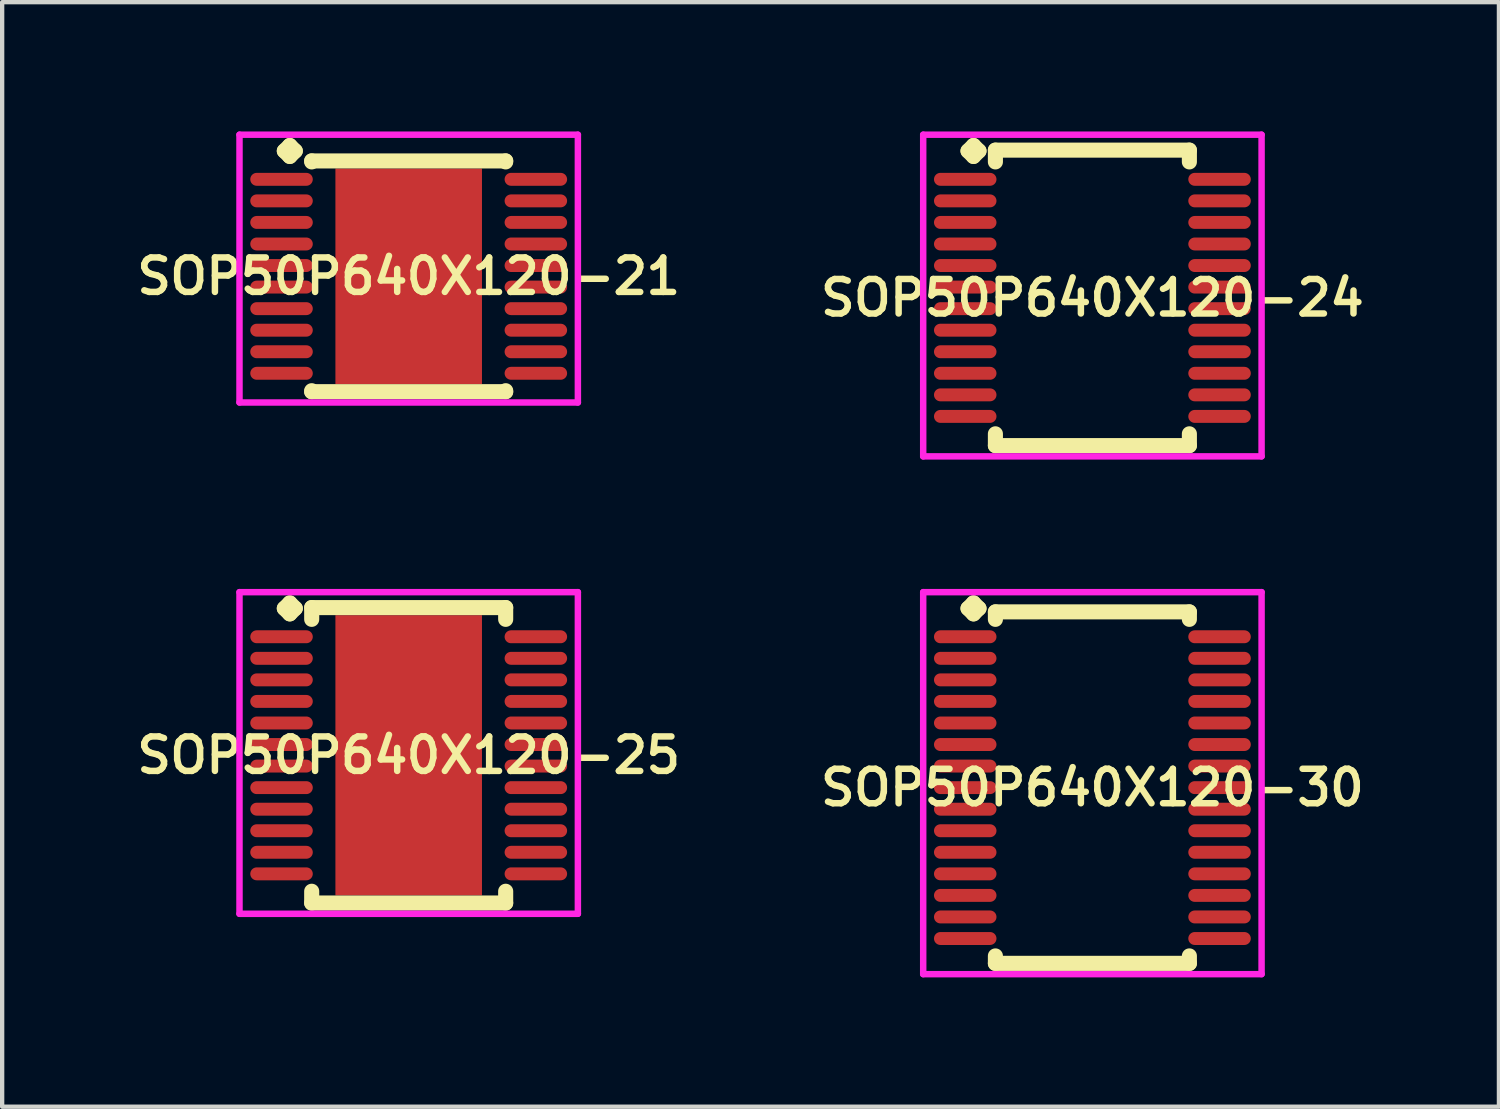
<source format=kicad_pcb>
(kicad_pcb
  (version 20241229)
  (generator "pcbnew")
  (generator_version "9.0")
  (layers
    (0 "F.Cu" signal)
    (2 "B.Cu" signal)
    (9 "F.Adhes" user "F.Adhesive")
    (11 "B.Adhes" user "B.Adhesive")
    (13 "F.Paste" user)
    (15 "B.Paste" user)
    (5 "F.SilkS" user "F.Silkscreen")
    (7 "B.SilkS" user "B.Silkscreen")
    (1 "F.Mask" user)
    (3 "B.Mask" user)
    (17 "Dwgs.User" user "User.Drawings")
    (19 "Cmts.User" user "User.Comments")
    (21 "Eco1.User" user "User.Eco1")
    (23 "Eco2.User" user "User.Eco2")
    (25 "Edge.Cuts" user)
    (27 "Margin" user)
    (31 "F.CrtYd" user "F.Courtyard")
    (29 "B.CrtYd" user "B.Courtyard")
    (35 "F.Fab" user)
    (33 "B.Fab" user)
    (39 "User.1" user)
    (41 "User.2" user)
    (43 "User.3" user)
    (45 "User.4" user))
  (footprint "SOP50P640X120-25"
    (layer "F.Cu")
    (at 6.431 14.472)
    (property "Reference" "SOP50P640X120-25" (at 0 0 0) (layer "F.SilkS") (effects (font (size 0.8 0.8) (thickness 0.15))))
    (attr smd)
    (fp_line (start -2.885 -3.408) (end -2.758 -3.535) (stroke (width 0.35) (type solid)) (layer "F.SilkS"))
    (fp_line (start -2.758 -3.535) (end -2.631 -3.408) (stroke (width 0.35) (type solid)) (layer "F.SilkS"))
    (fp_line (start -2.758 -3.281) (end -2.885 -3.408) (stroke (width 0.35) (type solid)) (layer "F.SilkS"))
    (fp_line (start -2.631 -3.408) (end -2.758 -3.281) (stroke (width 0.35) (type solid)) (layer "F.SilkS"))
    (fp_line (start -2.25 -3.427) (end 2.25 -3.427) (stroke (width 0.35) (type solid)) (layer "F.SilkS"))
    (fp_line (start -2.25 -3.154) (end -2.25 -3.427) (stroke (width 0.35) (type solid)) (layer "F.SilkS"))
    (fp_line (start -2.25 3.154) (end -2.25 3.427) (stroke (width 0.35) (type solid)) (layer "F.SilkS"))
    (fp_line (start -2.25 3.427) (end 2.25 3.427) (stroke (width 0.35) (type solid)) (layer "F.SilkS"))
    (fp_line (start 2.25 -3.427) (end 2.25 -3.154) (stroke (width 0.35) (type solid)) (layer "F.SilkS"))
    (fp_line (start 2.25 3.427) (end 2.25 3.154) (stroke (width 0.35) (type solid)) (layer "F.SilkS"))
    (fp_line (start -3.925 -3.785) (end 3.925 -3.785) (stroke (width 0.15) (type solid)) (layer "F.CrtYd"))
    (fp_line (start -3.925 3.677) (end -3.925 -3.785) (stroke (width 0.15) (type solid)) (layer "F.CrtYd"))
    (fp_line (start 3.925 -3.785) (end 3.925 3.677) (stroke (width 0.15) (type solid)) (layer "F.CrtYd"))
    (fp_line (start 3.925 3.677) (end -3.925 3.677) (stroke (width 0.15) (type solid)) (layer "F.CrtYd"))
    (pad "1" smd oval (at -2.95 -2.75) (size 1.45 0.3) (layers "F.Cu" "F.Mask" "F.Paste"))
    (pad "2" smd oval (at -2.95 -2.25) (size 1.45 0.3) (layers "F.Cu" "F.Mask" "F.Paste"))
    (pad "3" smd oval (at -2.95 -1.75) (size 1.45 0.3) (layers "F.Cu" "F.Mask" "F.Paste"))
    (pad "4" smd oval (at -2.95 -1.25) (size 1.45 0.3) (layers "F.Cu" "F.Mask" "F.Paste"))
    (pad "5" smd oval (at -2.95 -0.75) (size 1.45 0.3) (layers "F.Cu" "F.Mask" "F.Paste"))
    (pad "6" smd oval (at -2.95 -0.25) (size 1.45 0.3) (layers "F.Cu" "F.Mask" "F.Paste"))
    (pad "7" smd oval (at -2.95 0.25) (size 1.45 0.3) (layers "F.Cu" "F.Mask" "F.Paste"))
    (pad "8" smd oval (at -2.95 0.75) (size 1.45 0.3) (layers "F.Cu" "F.Mask" "F.Paste"))
    (pad "9" smd oval (at -2.95 1.25) (size 1.45 0.3) (layers "F.Cu" "F.Mask" "F.Paste"))
    (pad "10" smd oval (at -2.95 1.75) (size 1.45 0.3) (layers "F.Cu" "F.Mask" "F.Paste"))
    (pad "11" smd oval (at -2.95 2.25) (size 1.45 0.3) (layers "F.Cu" "F.Mask" "F.Paste"))
    (pad "12" smd oval (at -2.95 2.75) (size 1.45 0.3) (layers "F.Cu" "F.Mask" "F.Paste"))
    (pad "13" smd oval (at 2.95 2.75) (size 1.45 0.3) (layers "F.Cu" "F.Mask" "F.Paste"))
    (pad "14" smd oval (at 2.95 2.25) (size 1.45 0.3) (layers "F.Cu" "F.Mask" "F.Paste"))
    (pad "15" smd oval (at 2.95 1.75) (size 1.45 0.3) (layers "F.Cu" "F.Mask" "F.Paste"))
    (pad "16" smd oval (at 2.95 1.25) (size 1.45 0.3) (layers "F.Cu" "F.Mask" "F.Paste"))
    (pad "17" smd oval (at 2.95 0.75) (size 1.45 0.3) (layers "F.Cu" "F.Mask" "F.Paste"))
    (pad "18" smd oval (at 2.95 0.25) (size 1.45 0.3) (layers "F.Cu" "F.Mask" "F.Paste"))
    (pad "19" smd oval (at 2.95 -0.25) (size 1.45 0.3) (layers "F.Cu" "F.Mask" "F.Paste"))
    (pad "20" smd oval (at 2.95 -0.75) (size 1.45 0.3) (layers "F.Cu" "F.Mask" "F.Paste"))
    (pad "21" smd oval (at 2.95 -1.25) (size 1.45 0.3) (layers "F.Cu" "F.Mask" "F.Paste"))
    (pad "22" smd oval (at 2.95 -1.75) (size 1.45 0.3) (layers "F.Cu" "F.Mask" "F.Paste"))
    (pad "23" smd oval (at 2.95 -2.25) (size 1.45 0.3) (layers "F.Cu" "F.Mask" "F.Paste"))
    (pad "24" smd oval (at 2.95 -2.75) (size 1.45 0.3) (layers "F.Cu" "F.Mask" "F.Paste"))
    (pad "25" smd rect (at 0 0) (size 3.4 6.5) (layers "F.Cu" "F.Mask" "F.Paste")))
  (footprint "SOP50P640X120-24"
    (layer "F.Cu")
    (at 22.292 3.86)
    (property "Reference" "SOP50P640X120-24" (at 0 0 0) (layer "F.SilkS") (effects (font (size 0.8 0.8) (thickness 0.15))))
    (attr smd)
    (fp_line (start -2.885 -3.408) (end -2.758 -3.535) (stroke (width 0.35) (type solid)) (layer "F.SilkS"))
    (fp_line (start -2.758 -3.535) (end -2.631 -3.408) (stroke (width 0.35) (type solid)) (layer "F.SilkS"))
    (fp_line (start -2.758 -3.281) (end -2.885 -3.408) (stroke (width 0.35) (type solid)) (layer "F.SilkS"))
    (fp_line (start -2.631 -3.408) (end -2.758 -3.281) (stroke (width 0.35) (type solid)) (layer "F.SilkS"))
    (fp_line (start -2.25 -3.427) (end 2.25 -3.427) (stroke (width 0.35) (type solid)) (layer "F.SilkS"))
    (fp_line (start -2.25 -3.154) (end -2.25 -3.427) (stroke (width 0.35) (type solid)) (layer "F.SilkS"))
    (fp_line (start -2.25 3.154) (end -2.25 3.427) (stroke (width 0.35) (type solid)) (layer "F.SilkS"))
    (fp_line (start -2.25 3.427) (end 2.25 3.427) (stroke (width 0.35) (type solid)) (layer "F.SilkS"))
    (fp_line (start 2.25 -3.427) (end 2.25 -3.154) (stroke (width 0.35) (type solid)) (layer "F.SilkS"))
    (fp_line (start 2.25 3.427) (end 2.25 3.154) (stroke (width 0.35) (type solid)) (layer "F.SilkS"))
    (fp_line (start -3.925 -3.785) (end 3.925 -3.785) (stroke (width 0.15) (type solid)) (layer "F.CrtYd"))
    (fp_line (start -3.925 3.677) (end -3.925 -3.785) (stroke (width 0.15) (type solid)) (layer "F.CrtYd"))
    (fp_line (start 3.925 -3.785) (end 3.925 3.677) (stroke (width 0.15) (type solid)) (layer "F.CrtYd"))
    (fp_line (start 3.925 3.677) (end -3.925 3.677) (stroke (width 0.15) (type solid)) (layer "F.CrtYd"))
    (pad "1" smd oval (at -2.95 -2.75) (size 1.45 0.3) (layers "F.Cu" "F.Mask" "F.Paste"))
    (pad "2" smd oval (at -2.95 -2.25) (size 1.45 0.3) (layers "F.Cu" "F.Mask" "F.Paste"))
    (pad "3" smd oval (at -2.95 -1.75) (size 1.45 0.3) (layers "F.Cu" "F.Mask" "F.Paste"))
    (pad "4" smd oval (at -2.95 -1.25) (size 1.45 0.3) (layers "F.Cu" "F.Mask" "F.Paste"))
    (pad "5" smd oval (at -2.95 -0.75) (size 1.45 0.3) (layers "F.Cu" "F.Mask" "F.Paste"))
    (pad "6" smd oval (at -2.95 -0.25) (size 1.45 0.3) (layers "F.Cu" "F.Mask" "F.Paste"))
    (pad "7" smd oval (at -2.95 0.25) (size 1.45 0.3) (layers "F.Cu" "F.Mask" "F.Paste"))
    (pad "8" smd oval (at -2.95 0.75) (size 1.45 0.3) (layers "F.Cu" "F.Mask" "F.Paste"))
    (pad "9" smd oval (at -2.95 1.25) (size 1.45 0.3) (layers "F.Cu" "F.Mask" "F.Paste"))
    (pad "10" smd oval (at -2.95 1.75) (size 1.45 0.3) (layers "F.Cu" "F.Mask" "F.Paste"))
    (pad "11" smd oval (at -2.95 2.25) (size 1.45 0.3) (layers "F.Cu" "F.Mask" "F.Paste"))
    (pad "12" smd oval (at -2.95 2.75) (size 1.45 0.3) (layers "F.Cu" "F.Mask" "F.Paste"))
    (pad "13" smd oval (at 2.95 2.75) (size 1.45 0.3) (layers "F.Cu" "F.Mask" "F.Paste"))
    (pad "14" smd oval (at 2.95 2.25) (size 1.45 0.3) (layers "F.Cu" "F.Mask" "F.Paste"))
    (pad "15" smd oval (at 2.95 1.75) (size 1.45 0.3) (layers "F.Cu" "F.Mask" "F.Paste"))
    (pad "16" smd oval (at 2.95 1.25) (size 1.45 0.3) (layers "F.Cu" "F.Mask" "F.Paste"))
    (pad "17" smd oval (at 2.95 0.75) (size 1.45 0.3) (layers "F.Cu" "F.Mask" "F.Paste"))
    (pad "18" smd oval (at 2.95 0.25) (size 1.45 0.3) (layers "F.Cu" "F.Mask" "F.Paste"))
    (pad "19" smd oval (at 2.95 -0.25) (size 1.45 0.3) (layers "F.Cu" "F.Mask" "F.Paste"))
    (pad "20" smd oval (at 2.95 -0.75) (size 1.45 0.3) (layers "F.Cu" "F.Mask" "F.Paste"))
    (pad "21" smd oval (at 2.95 -1.25) (size 1.45 0.3) (layers "F.Cu" "F.Mask" "F.Paste"))
    (pad "22" smd oval (at 2.95 -1.75) (size 1.45 0.3) (layers "F.Cu" "F.Mask" "F.Paste"))
    (pad "23" smd oval (at 2.95 -2.25) (size 1.45 0.3) (layers "F.Cu" "F.Mask" "F.Paste"))
    (pad "24" smd oval (at 2.95 -2.75) (size 1.45 0.3) (layers "F.Cu" "F.Mask" "F.Paste")))
  (footprint "SOP50P640X120-30"
    (layer "F.Cu")
    (at 22.292 15.222)
    (property "Reference" "SOP50P640X120-30" (at 0 0 0) (layer "F.SilkS") (effects (font (size 0.8 0.8) (thickness 0.15))))
    (attr smd)
    (fp_line (start -2.885 -4.158) (end -2.758 -4.285) (stroke (width 0.35) (type solid)) (layer "F.SilkS"))
    (fp_line (start -2.758 -4.285) (end -2.631 -4.158) (stroke (width 0.35) (type solid)) (layer "F.SilkS"))
    (fp_line (start -2.758 -4.031) (end -2.885 -4.158) (stroke (width 0.35) (type solid)) (layer "F.SilkS"))
    (fp_line (start -2.631 -4.158) (end -2.758 -4.031) (stroke (width 0.35) (type solid)) (layer "F.SilkS"))
    (fp_line (start -2.25 -4.077) (end 2.25 -4.077) (stroke (width 0.35) (type solid)) (layer "F.SilkS"))
    (fp_line (start -2.25 -3.904) (end -2.25 -4.077) (stroke (width 0.35) (type solid)) (layer "F.SilkS"))
    (fp_line (start -2.25 3.904) (end -2.25 4.077) (stroke (width 0.35) (type solid)) (layer "F.SilkS"))
    (fp_line (start -2.25 4.077) (end 2.25 4.077) (stroke (width 0.35) (type solid)) (layer "F.SilkS"))
    (fp_line (start 2.25 -4.077) (end 2.25 -3.904) (stroke (width 0.35) (type solid)) (layer "F.SilkS"))
    (fp_line (start 2.25 4.077) (end 2.25 3.904) (stroke (width 0.35) (type solid)) (layer "F.SilkS"))
    (fp_line (start -3.925 -4.535) (end 3.925 -4.535) (stroke (width 0.15) (type solid)) (layer "F.CrtYd"))
    (fp_line (start -3.925 4.327) (end -3.925 -4.535) (stroke (width 0.15) (type solid)) (layer "F.CrtYd"))
    (fp_line (start 3.925 -4.535) (end 3.925 4.327) (stroke (width 0.15) (type solid)) (layer "F.CrtYd"))
    (fp_line (start 3.925 4.327) (end -3.925 4.327) (stroke (width 0.15) (type solid)) (layer "F.CrtYd"))
    (pad "1" smd oval (at -2.95 -3.5) (size 1.45 0.3) (layers "F.Cu" "F.Mask" "F.Paste"))
    (pad "2" smd oval (at -2.95 -3) (size 1.45 0.3) (layers "F.Cu" "F.Mask" "F.Paste"))
    (pad "3" smd oval (at -2.95 -2.5) (size 1.45 0.3) (layers "F.Cu" "F.Mask" "F.Paste"))
    (pad "4" smd oval (at -2.95 -2) (size 1.45 0.3) (layers "F.Cu" "F.Mask" "F.Paste"))
    (pad "5" smd oval (at -2.95 -1.5) (size 1.45 0.3) (layers "F.Cu" "F.Mask" "F.Paste"))
    (pad "6" smd oval (at -2.95 -1) (size 1.45 0.3) (layers "F.Cu" "F.Mask" "F.Paste"))
    (pad "7" smd oval (at -2.95 -0.5) (size 1.45 0.3) (layers "F.Cu" "F.Mask" "F.Paste"))
    (pad "8" smd oval (at -2.95 0) (size 1.45 0.3) (layers "F.Cu" "F.Mask" "F.Paste"))
    (pad "9" smd oval (at -2.95 0.5) (size 1.45 0.3) (layers "F.Cu" "F.Mask" "F.Paste"))
    (pad "10" smd oval (at -2.95 1) (size 1.45 0.3) (layers "F.Cu" "F.Mask" "F.Paste"))
    (pad "11" smd oval (at -2.95 1.5) (size 1.45 0.3) (layers "F.Cu" "F.Mask" "F.Paste"))
    (pad "12" smd oval (at -2.95 2) (size 1.45 0.3) (layers "F.Cu" "F.Mask" "F.Paste"))
    (pad "13" smd oval (at -2.95 2.5) (size 1.45 0.3) (layers "F.Cu" "F.Mask" "F.Paste"))
    (pad "14" smd oval (at -2.95 3) (size 1.45 0.3) (layers "F.Cu" "F.Mask" "F.Paste"))
    (pad "15" smd oval (at -2.95 3.5) (size 1.45 0.3) (layers "F.Cu" "F.Mask" "F.Paste"))
    (pad "16" smd oval (at 2.95 3.5) (size 1.45 0.3) (layers "F.Cu" "F.Mask" "F.Paste"))
    (pad "17" smd oval (at 2.95 3) (size 1.45 0.3) (layers "F.Cu" "F.Mask" "F.Paste"))
    (pad "18" smd oval (at 2.95 2.5) (size 1.45 0.3) (layers "F.Cu" "F.Mask" "F.Paste"))
    (pad "19" smd oval (at 2.95 2) (size 1.45 0.3) (layers "F.Cu" "F.Mask" "F.Paste"))
    (pad "20" smd oval (at 2.95 1.5) (size 1.45 0.3) (layers "F.Cu" "F.Mask" "F.Paste"))
    (pad "21" smd oval (at 2.95 1) (size 1.45 0.3) (layers "F.Cu" "F.Mask" "F.Paste"))
    (pad "22" smd oval (at 2.95 0.5) (size 1.45 0.3) (layers "F.Cu" "F.Mask" "F.Paste"))
    (pad "23" smd oval (at 2.95 0) (size 1.45 0.3) (layers "F.Cu" "F.Mask" "F.Paste"))
    (pad "24" smd oval (at 2.95 -0.5) (size 1.45 0.3) (layers "F.Cu" "F.Mask" "F.Paste"))
    (pad "25" smd oval (at 2.95 -1) (size 1.45 0.3) (layers "F.Cu" "F.Mask" "F.Paste"))
    (pad "26" smd oval (at 2.95 -1.5) (size 1.45 0.3) (layers "F.Cu" "F.Mask" "F.Paste"))
    (pad "27" smd oval (at 2.95 -2) (size 1.45 0.3) (layers "F.Cu" "F.Mask" "F.Paste"))
    (pad "28" smd oval (at 2.95 -2.5) (size 1.45 0.3) (layers "F.Cu" "F.Mask" "F.Paste"))
    (pad "29" smd oval (at 2.95 -3) (size 1.45 0.3) (layers "F.Cu" "F.Mask" "F.Paste"))
    (pad "30" smd oval (at 2.95 -3.5) (size 1.45 0.3) (layers "F.Cu" "F.Mask" "F.Paste")))
  (footprint "SOP50P640X120-21"
    (layer "F.Cu")
    (at 6.431 3.36)
    (property "Reference" "SOP50P640X120-21" (at 0 0 0) (layer "F.SilkS") (effects (font (size 0.8 0.8) (thickness 0.15))))
    (attr smd)
    (fp_line (start -2.885 -2.908) (end -2.758 -3.035) (stroke (width 0.35) (type solid)) (layer "F.SilkS"))
    (fp_line (start -2.758 -3.035) (end -2.631 -2.908) (stroke (width 0.35) (type solid)) (layer "F.SilkS"))
    (fp_line (start -2.758 -2.781) (end -2.885 -2.908) (stroke (width 0.35) (type solid)) (layer "F.SilkS"))
    (fp_line (start -2.631 -2.908) (end -2.758 -2.781) (stroke (width 0.35) (type solid)) (layer "F.SilkS"))
    (fp_line (start -2.25 -2.677) (end 2.25 -2.677) (stroke (width 0.35) (type solid)) (layer "F.SilkS"))
    (fp_line (start -2.25 -2.654) (end -2.25 -2.677) (stroke (width 0.35) (type solid)) (layer "F.SilkS"))
    (fp_line (start -2.25 2.654) (end -2.25 2.677) (stroke (width 0.35) (type solid)) (layer "F.SilkS"))
    (fp_line (start -2.25 2.677) (end 2.25 2.677) (stroke (width 0.35) (type solid)) (layer "F.SilkS"))
    (fp_line (start 2.25 -2.677) (end 2.25 -2.654) (stroke (width 0.35) (type solid)) (layer "F.SilkS"))
    (fp_line (start 2.25 2.677) (end 2.25 2.654) (stroke (width 0.35) (type solid)) (layer "F.SilkS"))
    (fp_line (start -3.925 -3.285) (end 3.925 -3.285) (stroke (width 0.15) (type solid)) (layer "F.CrtYd"))
    (fp_line (start -3.925 2.927) (end -3.925 -3.285) (stroke (width 0.15) (type solid)) (layer "F.CrtYd"))
    (fp_line (start 3.925 -3.285) (end 3.925 2.927) (stroke (width 0.15) (type solid)) (layer "F.CrtYd"))
    (fp_line (start 3.925 2.927) (end -3.925 2.927) (stroke (width 0.15) (type solid)) (layer "F.CrtYd"))
    (pad "1" smd oval (at -2.95 -2.25) (size 1.45 0.3) (layers "F.Cu" "F.Mask" "F.Paste"))
    (pad "2" smd oval (at -2.95 -1.75) (size 1.45 0.3) (layers "F.Cu" "F.Mask" "F.Paste"))
    (pad "3" smd oval (at -2.95 -1.25) (size 1.45 0.3) (layers "F.Cu" "F.Mask" "F.Paste"))
    (pad "4" smd oval (at -2.95 -0.75) (size 1.45 0.3) (layers "F.Cu" "F.Mask" "F.Paste"))
    (pad "5" smd oval (at -2.95 -0.25) (size 1.45 0.3) (layers "F.Cu" "F.Mask" "F.Paste"))
    (pad "6" smd oval (at -2.95 0.25) (size 1.45 0.3) (layers "F.Cu" "F.Mask" "F.Paste"))
    (pad "7" smd oval (at -2.95 0.75) (size 1.45 0.3) (layers "F.Cu" "F.Mask" "F.Paste"))
    (pad "8" smd oval (at -2.95 1.25) (size 1.45 0.3) (layers "F.Cu" "F.Mask" "F.Paste"))
    (pad "9" smd oval (at -2.95 1.75) (size 1.45 0.3) (layers "F.Cu" "F.Mask" "F.Paste"))
    (pad "10" smd oval (at -2.95 2.25) (size 1.45 0.3) (layers "F.Cu" "F.Mask" "F.Paste"))
    (pad "11" smd oval (at 2.95 2.25) (size 1.45 0.3) (layers "F.Cu" "F.Mask" "F.Paste"))
    (pad "12" smd oval (at 2.95 1.75) (size 1.45 0.3) (layers "F.Cu" "F.Mask" "F.Paste"))
    (pad "13" smd oval (at 2.95 1.25) (size 1.45 0.3) (layers "F.Cu" "F.Mask" "F.Paste"))
    (pad "14" smd oval (at 2.95 0.75) (size 1.45 0.3) (layers "F.Cu" "F.Mask" "F.Paste"))
    (pad "15" smd oval (at 2.95 0.25) (size 1.45 0.3) (layers "F.Cu" "F.Mask" "F.Paste"))
    (pad "16" smd oval (at 2.95 -0.25) (size 1.45 0.3) (layers "F.Cu" "F.Mask" "F.Paste"))
    (pad "17" smd oval (at 2.95 -0.75) (size 1.45 0.3) (layers "F.Cu" "F.Mask" "F.Paste"))
    (pad "18" smd oval (at 2.95 -1.25) (size 1.45 0.3) (layers "F.Cu" "F.Mask" "F.Paste"))
    (pad "19" smd oval (at 2.95 -1.75) (size 1.45 0.3) (layers "F.Cu" "F.Mask" "F.Paste"))
    (pad "20" smd oval (at 2.95 -2.25) (size 1.45 0.3) (layers "F.Cu" "F.Mask" "F.Paste"))
    (pad "21" smd rect (at 0 0) (size 3.4 5) (layers "F.Cu" "F.Mask" "F.Paste")))
  (gr_rect
    (start -3 -3)
    (end 31.723 22.624)
    (stroke (width 0.1) (type default))
    (fill no)
    (layer "Edge.Cuts")))
</source>
